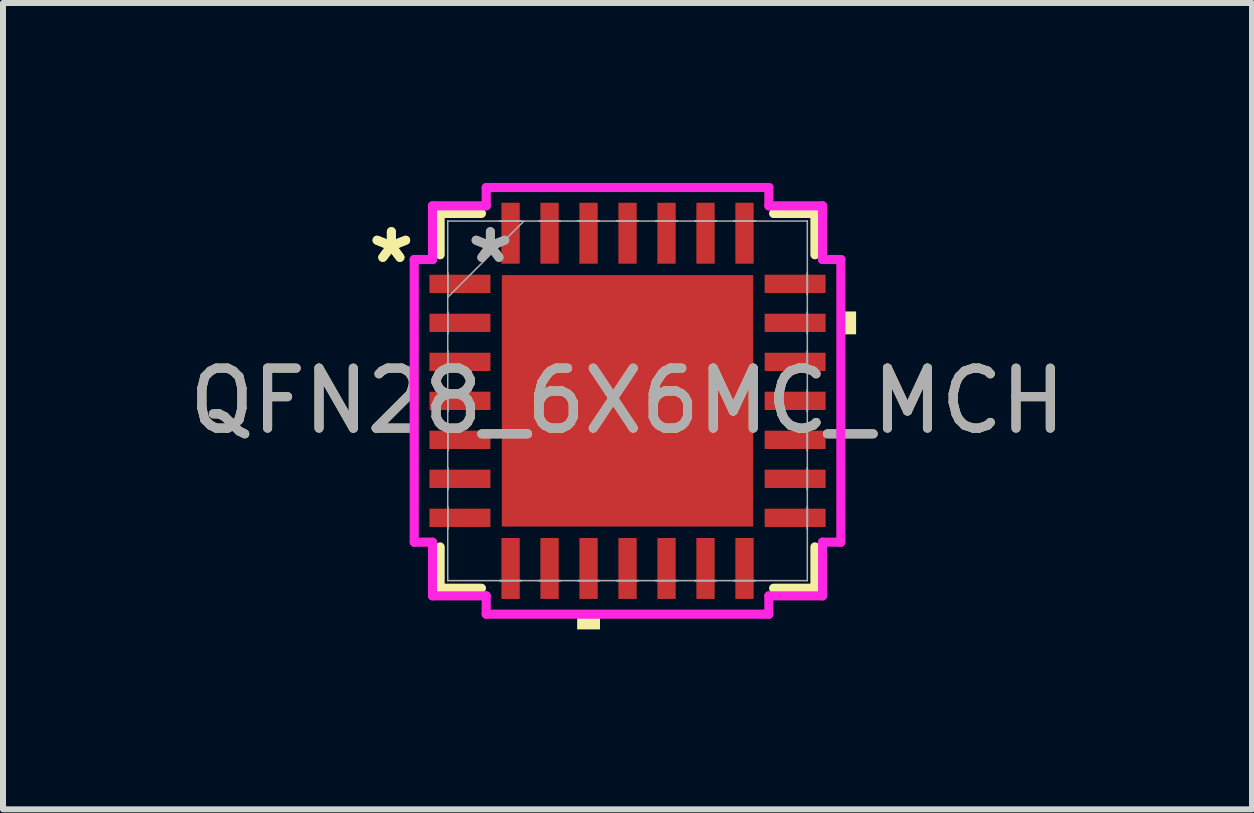
<source format=kicad_pcb>
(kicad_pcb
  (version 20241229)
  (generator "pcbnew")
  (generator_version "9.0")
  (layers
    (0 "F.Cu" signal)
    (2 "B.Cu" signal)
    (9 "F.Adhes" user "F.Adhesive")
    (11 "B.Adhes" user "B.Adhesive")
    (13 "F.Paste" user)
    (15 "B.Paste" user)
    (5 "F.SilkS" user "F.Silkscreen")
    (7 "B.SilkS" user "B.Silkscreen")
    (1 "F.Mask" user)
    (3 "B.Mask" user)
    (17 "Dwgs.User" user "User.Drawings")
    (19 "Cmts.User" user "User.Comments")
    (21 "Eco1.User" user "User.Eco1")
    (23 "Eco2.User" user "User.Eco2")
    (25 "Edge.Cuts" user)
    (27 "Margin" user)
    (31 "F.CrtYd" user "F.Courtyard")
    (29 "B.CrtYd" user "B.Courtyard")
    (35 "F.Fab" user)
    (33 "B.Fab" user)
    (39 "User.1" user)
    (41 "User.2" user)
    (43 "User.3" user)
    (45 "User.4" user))
  (footprint "QFN28_6X6MC_MCH"
    (layer "F.Cu")
    (at 7.411 3.632)
    (property "Reference" "QFN28_6X6MC_MCH" (at 0 0 0) (unlocked yes) (layer "F.SilkS") (effects (font (size 1 1) (thickness 0.15))))
    (attr smd)
    (fp_line (start -3.124 -3.124) (end -3.124 -2.435) (stroke (width 0.152) (type solid)) (layer "F.SilkS"))
    (fp_line (start -3.124 2.435) (end -3.124 3.124) (stroke (width 0.152) (type solid)) (layer "F.SilkS"))
    (fp_line (start -3.124 3.124) (end -2.435 3.124) (stroke (width 0.152) (type solid)) (layer "F.SilkS"))
    (fp_line (start -2.435 -3.124) (end -3.124 -3.124) (stroke (width 0.152) (type solid)) (layer "F.SilkS"))
    (fp_line (start 2.435 3.124) (end 3.124 3.124) (stroke (width 0.152) (type solid)) (layer "F.SilkS"))
    (fp_line (start 3.124 -3.124) (end 2.435 -3.124) (stroke (width 0.152) (type solid)) (layer "F.SilkS"))
    (fp_line (start 3.124 -2.435) (end 3.124 -3.124) (stroke (width 0.152) (type solid)) (layer "F.SilkS"))
    (fp_line (start 3.124 3.124) (end 3.124 2.435) (stroke (width 0.152) (type solid)) (layer "F.SilkS"))
    (fp_poly (pts (xy -0.84 3.556) (xy -0.84 3.81) (xy -0.459 3.81) (xy -0.459 3.556)) (stroke (width 0) (type solid)) (fill yes) (layer "F.SilkS"))
    (fp_poly (pts (xy 3.81 -1.49) (xy 3.81 -1.109) (xy 3.556 -1.109) (xy 3.556 -1.49)) (stroke (width 0) (type solid)) (fill yes) (layer "F.SilkS"))
    (fp_poly (pts (xy -1.996 -1.996) (xy -1.996 -0.798) (xy -0.798 -0.798) (xy -0.798 -1.996)) (stroke (width 0) (type solid)) (fill yes) (layer "F.Paste"))
    (fp_poly (pts (xy -1.996 -0.599) (xy -1.996 0.599) (xy -0.798 0.599) (xy -0.798 -0.599)) (stroke (width 0) (type solid)) (fill yes) (layer "F.Paste"))
    (fp_poly (pts (xy -1.996 0.798) (xy -1.996 1.996) (xy -0.798 1.996) (xy -0.798 0.798)) (stroke (width 0) (type solid)) (fill yes) (layer "F.Paste"))
    (fp_poly (pts (xy -0.599 -1.996) (xy -0.599 -0.798) (xy 0.599 -0.798) (xy 0.599 -1.996)) (stroke (width 0) (type solid)) (fill yes) (layer "F.Paste"))
    (fp_poly (pts (xy -0.599 -0.599) (xy -0.599 0.599) (xy 0.599 0.599) (xy 0.599 -0.599)) (stroke (width 0) (type solid)) (fill yes) (layer "F.Paste"))
    (fp_poly (pts (xy -0.599 0.798) (xy -0.599 1.996) (xy 0.599 1.996) (xy 0.599 0.798)) (stroke (width 0) (type solid)) (fill yes) (layer "F.Paste"))
    (fp_poly (pts (xy 0.798 -1.996) (xy 0.798 -0.798) (xy 1.996 -0.798) (xy 1.996 -1.996)) (stroke (width 0) (type solid)) (fill yes) (layer "F.Paste"))
    (fp_poly (pts (xy 0.798 -0.599) (xy 0.798 0.599) (xy 1.996 0.599) (xy 1.996 -0.599)) (stroke (width 0) (type solid)) (fill yes) (layer "F.Paste"))
    (fp_poly (pts (xy 0.798 0.798) (xy 0.798 1.996) (xy 1.996 1.996) (xy 1.996 0.798)) (stroke (width 0) (type solid)) (fill yes) (layer "F.Paste"))
    (fp_line (start -3.556 -2.356) (end -3.251 -2.356) (stroke (width 0.152) (type solid)) (layer "F.CrtYd"))
    (fp_line (start -3.556 2.356) (end -3.556 -2.356) (stroke (width 0.152) (type solid)) (layer "F.CrtYd"))
    (fp_line (start -3.251 -3.251) (end -2.356 -3.251) (stroke (width 0.152) (type solid)) (layer "F.CrtYd"))
    (fp_line (start -3.251 -2.356) (end -3.251 -3.251) (stroke (width 0.152) (type solid)) (layer "F.CrtYd"))
    (fp_line (start -3.251 2.356) (end -3.556 2.356) (stroke (width 0.152) (type solid)) (layer "F.CrtYd"))
    (fp_line (start -3.251 3.251) (end -3.251 2.356) (stroke (width 0.152) (type solid)) (layer "F.CrtYd"))
    (fp_line (start -2.356 -3.556) (end 2.356 -3.556) (stroke (width 0.152) (type solid)) (layer "F.CrtYd"))
    (fp_line (start -2.356 -3.251) (end -2.356 -3.556) (stroke (width 0.152) (type solid)) (layer "F.CrtYd"))
    (fp_line (start -2.356 3.251) (end -3.251 3.251) (stroke (width 0.152) (type solid)) (layer "F.CrtYd"))
    (fp_line (start -2.356 3.556) (end -2.356 3.251) (stroke (width 0.152) (type solid)) (layer "F.CrtYd"))
    (fp_line (start 2.356 -3.556) (end 2.356 -3.251) (stroke (width 0.152) (type solid)) (layer "F.CrtYd"))
    (fp_line (start 2.356 -3.251) (end 3.251 -3.251) (stroke (width 0.152) (type solid)) (layer "F.CrtYd"))
    (fp_line (start 2.356 3.251) (end 2.356 3.556) (stroke (width 0.152) (type solid)) (layer "F.CrtYd"))
    (fp_line (start 2.356 3.556) (end -2.356 3.556) (stroke (width 0.152) (type solid)) (layer "F.CrtYd"))
    (fp_line (start 3.251 -3.251) (end 3.251 -2.356) (stroke (width 0.152) (type solid)) (layer "F.CrtYd"))
    (fp_line (start 3.251 -2.356) (end 3.556 -2.356) (stroke (width 0.152) (type solid)) (layer "F.CrtYd"))
    (fp_line (start 3.251 2.356) (end 3.251 3.251) (stroke (width 0.152) (type solid)) (layer "F.CrtYd"))
    (fp_line (start 3.251 3.251) (end 2.356 3.251) (stroke (width 0.152) (type solid)) (layer "F.CrtYd"))
    (fp_line (start 3.556 -2.356) (end 3.556 2.356) (stroke (width 0.152) (type solid)) (layer "F.CrtYd"))
    (fp_line (start 3.556 2.356) (end 3.251 2.356) (stroke (width 0.152) (type solid)) (layer "F.CrtYd"))
    (fp_line (start -2.997 -2.997) (end -2.997 -2.997) (stroke (width 0.025) (type solid)) (layer "F.Fab"))
    (fp_line (start -2.997 -2.997) (end -2.997 2.997) (stroke (width 0.025) (type solid)) (layer "F.Fab"))
    (fp_line (start -2.997 -2.128) (end -2.997 -2.128) (stroke (width 0.025) (type solid)) (layer "F.Fab"))
    (fp_line (start -2.997 -2.128) (end -2.997 -1.772) (stroke (width 0.025) (type solid)) (layer "F.Fab"))
    (fp_line (start -2.997 -1.772) (end -2.997 -2.128) (stroke (width 0.025) (type solid)) (layer "F.Fab"))
    (fp_line (start -2.997 -1.772) (end -2.997 -1.772) (stroke (width 0.025) (type solid)) (layer "F.Fab"))
    (fp_line (start -2.997 -1.727) (end -1.727 -2.997) (stroke (width 0.025) (type solid)) (layer "F.Fab"))
    (fp_line (start -2.997 -1.478) (end -2.997 -1.478) (stroke (width 0.025) (type solid)) (layer "F.Fab"))
    (fp_line (start -2.997 -1.478) (end -2.997 -1.122) (stroke (width 0.025) (type solid)) (layer "F.Fab"))
    (fp_line (start -2.997 -1.122) (end -2.997 -1.478) (stroke (width 0.025) (type solid)) (layer "F.Fab"))
    (fp_line (start -2.997 -1.122) (end -2.997 -1.122) (stroke (width 0.025) (type solid)) (layer "F.Fab"))
    (fp_line (start -2.997 -0.828) (end -2.997 -0.828) (stroke (width 0.025) (type solid)) (layer "F.Fab"))
    (fp_line (start -2.997 -0.828) (end -2.997 -0.472) (stroke (width 0.025) (type solid)) (layer "F.Fab"))
    (fp_line (start -2.997 -0.472) (end -2.997 -0.828) (stroke (width 0.025) (type solid)) (layer "F.Fab"))
    (fp_line (start -2.997 -0.472) (end -2.997 -0.472) (stroke (width 0.025) (type solid)) (layer "F.Fab"))
    (fp_line (start -2.997 -0.178) (end -2.997 -0.178) (stroke (width 0.025) (type solid)) (layer "F.Fab"))
    (fp_line (start -2.997 -0.178) (end -2.997 0.178) (stroke (width 0.025) (type solid)) (layer "F.Fab"))
    (fp_line (start -2.997 0.178) (end -2.997 -0.178) (stroke (width 0.025) (type solid)) (layer "F.Fab"))
    (fp_line (start -2.997 0.178) (end -2.997 0.178) (stroke (width 0.025) (type solid)) (layer "F.Fab"))
    (fp_line (start -2.997 0.472) (end -2.997 0.472) (stroke (width 0.025) (type solid)) (layer "F.Fab"))
    (fp_line (start -2.997 0.472) (end -2.997 0.828) (stroke (width 0.025) (type solid)) (layer "F.Fab"))
    (fp_line (start -2.997 0.828) (end -2.997 0.472) (stroke (width 0.025) (type solid)) (layer "F.Fab"))
    (fp_line (start -2.997 0.828) (end -2.997 0.828) (stroke (width 0.025) (type solid)) (layer "F.Fab"))
    (fp_line (start -2.997 1.122) (end -2.997 1.122) (stroke (width 0.025) (type solid)) (layer "F.Fab"))
    (fp_line (start -2.997 1.122) (end -2.997 1.478) (stroke (width 0.025) (type solid)) (layer "F.Fab"))
    (fp_line (start -2.997 1.478) (end -2.997 1.122) (stroke (width 0.025) (type solid)) (layer "F.Fab"))
    (fp_line (start -2.997 1.478) (end -2.997 1.478) (stroke (width 0.025) (type solid)) (layer "F.Fab"))
    (fp_line (start -2.997 1.772) (end -2.997 1.772) (stroke (width 0.025) (type solid)) (layer "F.Fab"))
    (fp_line (start -2.997 1.772) (end -2.997 2.128) (stroke (width 0.025) (type solid)) (layer "F.Fab"))
    (fp_line (start -2.997 2.128) (end -2.997 1.772) (stroke (width 0.025) (type solid)) (layer "F.Fab"))
    (fp_line (start -2.997 2.128) (end -2.997 2.128) (stroke (width 0.025) (type solid)) (layer "F.Fab"))
    (fp_line (start -2.997 2.997) (end -2.997 2.997) (stroke (width 0.025) (type solid)) (layer "F.Fab"))
    (fp_line (start -2.997 2.997) (end 2.997 2.997) (stroke (width 0.025) (type solid)) (layer "F.Fab"))
    (fp_line (start -2.128 -2.997) (end -2.128 -2.997) (stroke (width 0.025) (type solid)) (layer "F.Fab"))
    (fp_line (start -2.128 -2.997) (end -1.772 -2.997) (stroke (width 0.025) (type solid)) (layer "F.Fab"))
    (fp_line (start -2.128 2.997) (end -2.128 2.997) (stroke (width 0.025) (type solid)) (layer "F.Fab"))
    (fp_line (start -2.128 2.997) (end -1.772 2.997) (stroke (width 0.025) (type solid)) (layer "F.Fab"))
    (fp_line (start -1.772 -2.997) (end -2.128 -2.997) (stroke (width 0.025) (type solid)) (layer "F.Fab"))
    (fp_line (start -1.772 -2.997) (end -1.772 -2.997) (stroke (width 0.025) (type solid)) (layer "F.Fab"))
    (fp_line (start -1.772 2.997) (end -2.128 2.997) (stroke (width 0.025) (type solid)) (layer "F.Fab"))
    (fp_line (start -1.772 2.997) (end -1.772 2.997) (stroke (width 0.025) (type solid)) (layer "F.Fab"))
    (fp_line (start -1.478 -2.997) (end -1.478 -2.997) (stroke (width 0.025) (type solid)) (layer "F.Fab"))
    (fp_line (start -1.478 -2.997) (end -1.122 -2.997) (stroke (width 0.025) (type solid)) (layer "F.Fab"))
    (fp_line (start -1.478 2.997) (end -1.478 2.997) (stroke (width 0.025) (type solid)) (layer "F.Fab"))
    (fp_line (start -1.478 2.997) (end -1.122 2.997) (stroke (width 0.025) (type solid)) (layer "F.Fab"))
    (fp_line (start -1.122 -2.997) (end -1.478 -2.997) (stroke (width 0.025) (type solid)) (layer "F.Fab"))
    (fp_line (start -1.122 -2.997) (end -1.122 -2.997) (stroke (width 0.025) (type solid)) (layer "F.Fab"))
    (fp_line (start -1.122 2.997) (end -1.478 2.997) (stroke (width 0.025) (type solid)) (layer "F.Fab"))
    (fp_line (start -1.122 2.997) (end -1.122 2.997) (stroke (width 0.025) (type solid)) (layer "F.Fab"))
    (fp_line (start -0.828 -2.997) (end -0.828 -2.997) (stroke (width 0.025) (type solid)) (layer "F.Fab"))
    (fp_line (start -0.828 -2.997) (end -0.472 -2.997) (stroke (width 0.025) (type solid)) (layer "F.Fab"))
    (fp_line (start -0.828 2.997) (end -0.828 2.997) (stroke (width 0.025) (type solid)) (layer "F.Fab"))
    (fp_line (start -0.828 2.997) (end -0.472 2.997) (stroke (width 0.025) (type solid)) (layer "F.Fab"))
    (fp_line (start -0.472 -2.997) (end -0.828 -2.997) (stroke (width 0.025) (type solid)) (layer "F.Fab"))
    (fp_line (start -0.472 -2.997) (end -0.472 -2.997) (stroke (width 0.025) (type solid)) (layer "F.Fab"))
    (fp_line (start -0.472 2.997) (end -0.828 2.997) (stroke (width 0.025) (type solid)) (layer "F.Fab"))
    (fp_line (start -0.472 2.997) (end -0.472 2.997) (stroke (width 0.025) (type solid)) (layer "F.Fab"))
    (fp_line (start -0.178 -2.997) (end -0.178 -2.997) (stroke (width 0.025) (type solid)) (layer "F.Fab"))
    (fp_line (start -0.178 -2.997) (end 0.178 -2.997) (stroke (width 0.025) (type solid)) (layer "F.Fab"))
    (fp_line (start -0.178 2.997) (end -0.178 2.997) (stroke (width 0.025) (type solid)) (layer "F.Fab"))
    (fp_line (start -0.178 2.997) (end 0.178 2.997) (stroke (width 0.025) (type solid)) (layer "F.Fab"))
    (fp_line (start 0.178 -2.997) (end -0.178 -2.997) (stroke (width 0.025) (type solid)) (layer "F.Fab"))
    (fp_line (start 0.178 -2.997) (end 0.178 -2.997) (stroke (width 0.025) (type solid)) (layer "F.Fab"))
    (fp_line (start 0.178 2.997) (end -0.178 2.997) (stroke (width 0.025) (type solid)) (layer "F.Fab"))
    (fp_line (start 0.178 2.997) (end 0.178 2.997) (stroke (width 0.025) (type solid)) (layer "F.Fab"))
    (fp_line (start 0.472 -2.997) (end 0.472 -2.997) (stroke (width 0.025) (type solid)) (layer "F.Fab"))
    (fp_line (start 0.472 -2.997) (end 0.828 -2.997) (stroke (width 0.025) (type solid)) (layer "F.Fab"))
    (fp_line (start 0.472 2.997) (end 0.472 2.997) (stroke (width 0.025) (type solid)) (layer "F.Fab"))
    (fp_line (start 0.472 2.997) (end 0.828 2.997) (stroke (width 0.025) (type solid)) (layer "F.Fab"))
    (fp_line (start 0.828 -2.997) (end 0.472 -2.997) (stroke (width 0.025) (type solid)) (layer "F.Fab"))
    (fp_line (start 0.828 -2.997) (end 0.828 -2.997) (stroke (width 0.025) (type solid)) (layer "F.Fab"))
    (fp_line (start 0.828 2.997) (end 0.472 2.997) (stroke (width 0.025) (type solid)) (layer "F.Fab"))
    (fp_line (start 0.828 2.997) (end 0.828 2.997) (stroke (width 0.025) (type solid)) (layer "F.Fab"))
    (fp_line (start 1.122 -2.997) (end 1.122 -2.997) (stroke (width 0.025) (type solid)) (layer "F.Fab"))
    (fp_line (start 1.122 -2.997) (end 1.478 -2.997) (stroke (width 0.025) (type solid)) (layer "F.Fab"))
    (fp_line (start 1.122 2.997) (end 1.122 2.997) (stroke (width 0.025) (type solid)) (layer "F.Fab"))
    (fp_line (start 1.122 2.997) (end 1.478 2.997) (stroke (width 0.025) (type solid)) (layer "F.Fab"))
    (fp_line (start 1.478 -2.997) (end 1.122 -2.997) (stroke (width 0.025) (type solid)) (layer "F.Fab"))
    (fp_line (start 1.478 -2.997) (end 1.478 -2.997) (stroke (width 0.025) (type solid)) (layer "F.Fab"))
    (fp_line (start 1.478 2.997) (end 1.122 2.997) (stroke (width 0.025) (type solid)) (layer "F.Fab"))
    (fp_line (start 1.478 2.997) (end 1.478 2.997) (stroke (width 0.025) (type solid)) (layer "F.Fab"))
    (fp_line (start 1.772 -2.997) (end 1.772 -2.997) (stroke (width 0.025) (type solid)) (layer "F.Fab"))
    (fp_line (start 1.772 -2.997) (end 2.128 -2.997) (stroke (width 0.025) (type solid)) (layer "F.Fab"))
    (fp_line (start 1.772 2.997) (end 1.772 2.997) (stroke (width 0.025) (type solid)) (layer "F.Fab"))
    (fp_line (start 1.772 2.997) (end 2.128 2.997) (stroke (width 0.025) (type solid)) (layer "F.Fab"))
    (fp_line (start 2.128 -2.997) (end 1.772 -2.997) (stroke (width 0.025) (type solid)) (layer "F.Fab"))
    (fp_line (start 2.128 -2.997) (end 2.128 -2.997) (stroke (width 0.025) (type solid)) (layer "F.Fab"))
    (fp_line (start 2.128 2.997) (end 1.772 2.997) (stroke (width 0.025) (type solid)) (layer "F.Fab"))
    (fp_line (start 2.128 2.997) (end 2.128 2.997) (stroke (width 0.025) (type solid)) (layer "F.Fab"))
    (fp_line (start 2.997 -2.997) (end -2.997 -2.997) (stroke (width 0.025) (type solid)) (layer "F.Fab"))
    (fp_line (start 2.997 -2.997) (end 2.997 -2.997) (stroke (width 0.025) (type solid)) (layer "F.Fab"))
    (fp_line (start 2.997 -2.128) (end 2.997 -2.128) (stroke (width 0.025) (type solid)) (layer "F.Fab"))
    (fp_line (start 2.997 -2.128) (end 2.997 -1.772) (stroke (width 0.025) (type solid)) (layer "F.Fab"))
    (fp_line (start 2.997 -1.772) (end 2.997 -2.128) (stroke (width 0.025) (type solid)) (layer "F.Fab"))
    (fp_line (start 2.997 -1.772) (end 2.997 -1.772) (stroke (width 0.025) (type solid)) (layer "F.Fab"))
    (fp_line (start 2.997 -1.478) (end 2.997 -1.478) (stroke (width 0.025) (type solid)) (layer "F.Fab"))
    (fp_line (start 2.997 -1.478) (end 2.997 -1.122) (stroke (width 0.025) (type solid)) (layer "F.Fab"))
    (fp_line (start 2.997 -1.122) (end 2.997 -1.478) (stroke (width 0.025) (type solid)) (layer "F.Fab"))
    (fp_line (start 2.997 -1.122) (end 2.997 -1.122) (stroke (width 0.025) (type solid)) (layer "F.Fab"))
    (fp_line (start 2.997 -0.828) (end 2.997 -0.828) (stroke (width 0.025) (type solid)) (layer "F.Fab"))
    (fp_line (start 2.997 -0.828) (end 2.997 -0.472) (stroke (width 0.025) (type solid)) (layer "F.Fab"))
    (fp_line (start 2.997 -0.472) (end 2.997 -0.828) (stroke (width 0.025) (type solid)) (layer "F.Fab"))
    (fp_line (start 2.997 -0.472) (end 2.997 -0.472) (stroke (width 0.025) (type solid)) (layer "F.Fab"))
    (fp_line (start 2.997 -0.178) (end 2.997 -0.178) (stroke (width 0.025) (type solid)) (layer "F.Fab"))
    (fp_line (start 2.997 -0.178) (end 2.997 0.178) (stroke (width 0.025) (type solid)) (layer "F.Fab"))
    (fp_line (start 2.997 0.178) (end 2.997 -0.178) (stroke (width 0.025) (type solid)) (layer "F.Fab"))
    (fp_line (start 2.997 0.178) (end 2.997 0.178) (stroke (width 0.025) (type solid)) (layer "F.Fab"))
    (fp_line (start 2.997 0.472) (end 2.997 0.472) (stroke (width 0.025) (type solid)) (layer "F.Fab"))
    (fp_line (start 2.997 0.472) (end 2.997 0.828) (stroke (width 0.025) (type solid)) (layer "F.Fab"))
    (fp_line (start 2.997 0.828) (end 2.997 0.472) (stroke (width 0.025) (type solid)) (layer "F.Fab"))
    (fp_line (start 2.997 0.828) (end 2.997 0.828) (stroke (width 0.025) (type solid)) (layer "F.Fab"))
    (fp_line (start 2.997 1.122) (end 2.997 1.122) (stroke (width 0.025) (type solid)) (layer "F.Fab"))
    (fp_line (start 2.997 1.122) (end 2.997 1.478) (stroke (width 0.025) (type solid)) (layer "F.Fab"))
    (fp_line (start 2.997 1.478) (end 2.997 1.122) (stroke (width 0.025) (type solid)) (layer "F.Fab"))
    (fp_line (start 2.997 1.478) (end 2.997 1.478) (stroke (width 0.025) (type solid)) (layer "F.Fab"))
    (fp_line (start 2.997 1.772) (end 2.997 1.772) (stroke (width 0.025) (type solid)) (layer "F.Fab"))
    (fp_line (start 2.997 1.772) (end 2.997 2.128) (stroke (width 0.025) (type solid)) (layer "F.Fab"))
    (fp_line (start 2.997 2.128) (end 2.997 1.772) (stroke (width 0.025) (type solid)) (layer "F.Fab"))
    (fp_line (start 2.997 2.128) (end 2.997 2.128) (stroke (width 0.025) (type solid)) (layer "F.Fab"))
    (fp_line (start 2.997 2.997) (end 2.997 -2.997) (stroke (width 0.025) (type solid)) (layer "F.Fab"))
    (fp_line (start 2.997 2.997) (end 2.997 2.997) (stroke (width 0.025) (type solid)) (layer "F.Fab"))
    (fp_text user "*" (at -3.937 -2.275 0) (layer "F.SilkS") (effects (font (size 1 1) (thickness 0.15))))
    (fp_text user "*" (at -3.937 -2.275 0) (unlocked yes) (layer "F.SilkS") (effects (font (size 1 1) (thickness 0.15))))
    (fp_text user "${REFERENCE}" (at 0 0 0) (unlocked yes) (layer "F.Fab") (effects (font (size 1 1) (thickness 0.15))))
    (fp_text user "*" (at -2.286 -2.275 0) (unlocked yes) (layer "F.Fab") (effects (font (size 1 1) (thickness 0.15))))
    (fp_text user "*" (at -2.286 -2.275 0) (layer "F.Fab") (effects (font (size 1 1) (thickness 0.15))))
    (pad "1" smd rect (at -2.794 -1.95 90) (size 0.305 1.016) (layers "F.Cu" "F.Mask" "F.Paste"))
    (pad "2" smd rect (at -2.794 -1.3 90) (size 0.305 1.016) (layers "F.Cu" "F.Mask" "F.Paste"))
    (pad "3" smd rect (at -2.794 -0.65 90) (size 0.305 1.016) (layers "F.Cu" "F.Mask" "F.Paste"))
    (pad "4" smd rect (at -2.794 0 90) (size 0.305 1.016) (layers "F.Cu" "F.Mask" "F.Paste"))
    (pad "5" smd rect (at -2.794 0.65 90) (size 0.305 1.016) (layers "F.Cu" "F.Mask" "F.Paste"))
    (pad "6" smd rect (at -2.794 1.3 90) (size 0.305 1.016) (layers "F.Cu" "F.Mask" "F.Paste"))
    (pad "7" smd rect (at -2.794 1.95 90) (size 0.305 1.016) (layers "F.Cu" "F.Mask" "F.Paste"))
    (pad "8" smd rect (at -1.95 2.794) (size 0.305 1.016) (layers "F.Cu" "F.Mask" "F.Paste"))
    (pad "9" smd rect (at -1.3 2.794) (size 0.305 1.016) (layers "F.Cu" "F.Mask" "F.Paste"))
    (pad "10" smd rect (at -0.65 2.794) (size 0.305 1.016) (layers "F.Cu" "F.Mask" "F.Paste"))
    (pad "11" smd rect (at 0 2.794) (size 0.305 1.016) (layers "F.Cu" "F.Mask" "F.Paste"))
    (pad "12" smd rect (at 0.65 2.794) (size 0.305 1.016) (layers "F.Cu" "F.Mask" "F.Paste"))
    (pad "13" smd rect (at 1.3 2.794) (size 0.305 1.016) (layers "F.Cu" "F.Mask" "F.Paste"))
    (pad "14" smd rect (at 1.95 2.794) (size 0.305 1.016) (layers "F.Cu" "F.Mask" "F.Paste"))
    (pad "15" smd rect (at 2.794 1.95 90) (size 0.305 1.016) (layers "F.Cu" "F.Mask" "F.Paste"))
    (pad "16" smd rect (at 2.794 1.3 90) (size 0.305 1.016) (layers "F.Cu" "F.Mask" "F.Paste"))
    (pad "17" smd rect (at 2.794 0.65 90) (size 0.305 1.016) (layers "F.Cu" "F.Mask" "F.Paste"))
    (pad "18" smd rect (at 2.794 0 90) (size 0.305 1.016) (layers "F.Cu" "F.Mask" "F.Paste"))
    (pad "19" smd rect (at 2.794 -0.65 90) (size 0.305 1.016) (layers "F.Cu" "F.Mask" "F.Paste"))
    (pad "20" smd rect (at 2.794 -1.3 90) (size 0.305 1.016) (layers "F.Cu" "F.Mask" "F.Paste"))
    (pad "21" smd rect (at 2.794 -1.95 90) (size 0.305 1.016) (layers "F.Cu" "F.Mask" "F.Paste"))
    (pad "22" smd rect (at 1.95 -2.794) (size 0.305 1.016) (layers "F.Cu" "F.Mask" "F.Paste"))
    (pad "23" smd rect (at 1.3 -2.794) (size 0.305 1.016) (layers "F.Cu" "F.Mask" "F.Paste"))
    (pad "24" smd rect (at 0.65 -2.794) (size 0.305 1.016) (layers "F.Cu" "F.Mask" "F.Paste"))
    (pad "25" smd rect (at 0 -2.794) (size 0.305 1.016) (layers "F.Cu" "F.Mask" "F.Paste"))
    (pad "26" smd rect (at -0.65 -2.794) (size 0.305 1.016) (layers "F.Cu" "F.Mask" "F.Paste"))
    (pad "27" smd rect (at -1.3 -2.794) (size 0.305 1.016) (layers "F.Cu" "F.Mask" "F.Paste"))
    (pad "28" smd rect (at -1.95 -2.794) (size 0.305 1.016) (layers "F.Cu" "F.Mask" "F.Paste"))
    (pad "29" smd rect (at 0 0) (size 4.191 4.191) (layers "F.Cu" "F.Mask" "F.Paste")))
  (gr_rect
    (start -3 -3)
    (end 17.821 10.442)
    (stroke (width 0.1) (type default))
    (fill no)
    (layer "Edge.Cuts")))
</source>
